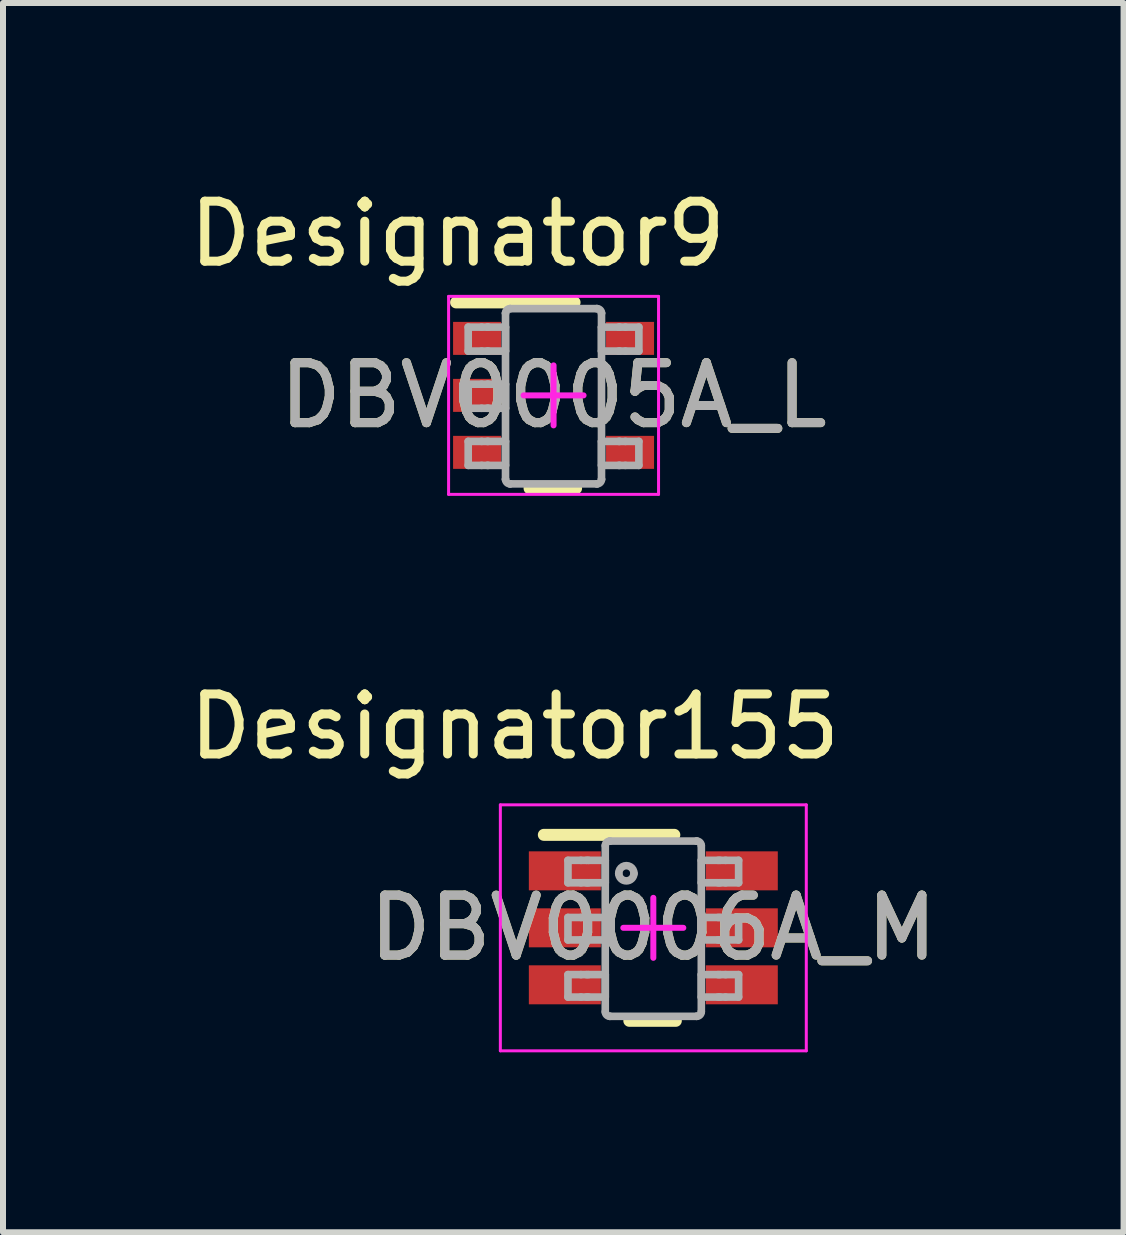
<source format=kicad_pcb>
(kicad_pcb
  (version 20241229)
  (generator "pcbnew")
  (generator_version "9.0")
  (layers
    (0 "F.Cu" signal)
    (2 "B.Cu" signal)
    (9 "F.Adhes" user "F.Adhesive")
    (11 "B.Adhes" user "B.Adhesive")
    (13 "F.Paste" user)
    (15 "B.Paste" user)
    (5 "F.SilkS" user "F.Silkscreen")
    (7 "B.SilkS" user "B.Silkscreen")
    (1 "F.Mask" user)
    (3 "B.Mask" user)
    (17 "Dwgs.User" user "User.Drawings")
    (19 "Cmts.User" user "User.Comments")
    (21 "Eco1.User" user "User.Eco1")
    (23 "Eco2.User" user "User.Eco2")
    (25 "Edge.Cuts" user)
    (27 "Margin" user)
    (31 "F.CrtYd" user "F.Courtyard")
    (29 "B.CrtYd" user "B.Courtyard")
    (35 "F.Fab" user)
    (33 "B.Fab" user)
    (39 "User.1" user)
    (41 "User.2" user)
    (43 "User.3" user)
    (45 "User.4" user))
  (footprint "DBV0006A_M"
    (layer "F.Cu")
    (at 7.841 12.417)
    (property "Reference" "DBV0006A_M" (at 0 0 0) (unlocked yes) (layer "F.SilkS") (effects (font (size 1 1) (thickness 0.15))))
    (attr smd)
    (fp_line (start -1.825 -1.55) (end 0.35 -1.55) (stroke (width 0.2) (type solid)) (layer "F.SilkS"))
    (fp_line (start -0.4 1.55) (end 0.375 1.55) (stroke (width 0.2) (type solid)) (layer "F.SilkS"))
    (fp_line (start -2.55 -2.05) (end 2.55 -2.05) (stroke (width 0.05) (type solid)) (layer "F.CrtYd"))
    (fp_line (start -2.55 2.05) (end -2.55 -2.05) (stroke (width 0.05) (type solid)) (layer "F.CrtYd"))
    (fp_line (start -2.55 2.05) (end 2.55 2.05) (stroke (width 0.05) (type solid)) (layer "F.CrtYd"))
    (fp_line (start -0.5 0) (end 0.5 0) (stroke (width 0.1) (type solid)) (layer "F.CrtYd"))
    (fp_line (start 0 0.5) (end 0 -0.5) (stroke (width 0.1) (type solid)) (layer "F.CrtYd"))
    (fp_line (start 2.55 2.05) (end 2.55 -2.05) (stroke (width 0.05) (type solid)) (layer "F.CrtYd"))
    (fp_line (start -1.423 -1.125) (end -1.206 -1.125) (stroke (width 0.127) (type solid)) (layer "F.Fab"))
    (fp_line (start -1.423 -0.751) (end -1.423 -1.125) (stroke (width 0.127) (type solid)) (layer "F.Fab"))
    (fp_line (start -1.423 -0.751) (end -1.206 -0.751) (stroke (width 0.127) (type solid)) (layer "F.Fab"))
    (fp_line (start -1.423 -0.173) (end -1.206 -0.173) (stroke (width 0.127) (type solid)) (layer "F.Fab"))
    (fp_line (start -1.423 0.202) (end -1.423 -0.173) (stroke (width 0.127) (type solid)) (layer "F.Fab"))
    (fp_line (start -1.423 0.202) (end -1.206 0.202) (stroke (width 0.127) (type solid)) (layer "F.Fab"))
    (fp_line (start -1.423 0.78) (end -1.206 0.78) (stroke (width 0.127) (type solid)) (layer "F.Fab"))
    (fp_line (start -1.423 1.154) (end -1.423 0.78) (stroke (width 0.127) (type solid)) (layer "F.Fab"))
    (fp_line (start -1.423 1.154) (end -1.206 1.154) (stroke (width 0.127) (type solid)) (layer "F.Fab"))
    (fp_line (start -1.206 -1.125) (end -1.113 -1.125) (stroke (width 0.127) (type solid)) (layer "F.Fab"))
    (fp_line (start -1.206 -0.751) (end -1.113 -0.751) (stroke (width 0.127) (type solid)) (layer "F.Fab"))
    (fp_line (start -1.206 -0.173) (end -1.113 -0.173) (stroke (width 0.127) (type solid)) (layer "F.Fab"))
    (fp_line (start -1.206 0.202) (end -1.113 0.202) (stroke (width 0.127) (type solid)) (layer "F.Fab"))
    (fp_line (start -1.206 0.78) (end -1.113 0.78) (stroke (width 0.127) (type solid)) (layer "F.Fab"))
    (fp_line (start -1.206 1.154) (end -1.113 1.154) (stroke (width 0.127) (type solid)) (layer "F.Fab"))
    (fp_line (start -1.113 -1.125) (end -1.081 -1.125) (stroke (width 0.127) (type solid)) (layer "F.Fab"))
    (fp_line (start -1.113 -0.751) (end -1.081 -0.751) (stroke (width 0.127) (type solid)) (layer "F.Fab"))
    (fp_line (start -1.113 -0.173) (end -1.081 -0.173) (stroke (width 0.127) (type solid)) (layer "F.Fab"))
    (fp_line (start -1.113 0.202) (end -1.081 0.202) (stroke (width 0.127) (type solid)) (layer "F.Fab"))
    (fp_line (start -1.113 0.78) (end -1.081 0.78) (stroke (width 0.127) (type solid)) (layer "F.Fab"))
    (fp_line (start -1.113 1.154) (end -1.081 1.154) (stroke (width 0.127) (type solid)) (layer "F.Fab"))
    (fp_line (start -1.081 -1.125) (end -0.828 -1.125) (stroke (width 0.127) (type solid)) (layer "F.Fab"))
    (fp_line (start -1.081 -0.751) (end -0.828 -0.751) (stroke (width 0.127) (type solid)) (layer "F.Fab"))
    (fp_line (start -1.081 -0.173) (end -0.828 -0.173) (stroke (width 0.127) (type solid)) (layer "F.Fab"))
    (fp_line (start -1.081 0.202) (end -0.828 0.202) (stroke (width 0.127) (type solid)) (layer "F.Fab"))
    (fp_line (start -1.081 0.78) (end -0.828 0.78) (stroke (width 0.127) (type solid)) (layer "F.Fab"))
    (fp_line (start -1.081 1.154) (end -0.828 1.154) (stroke (width 0.127) (type solid)) (layer "F.Fab"))
    (fp_line (start -0.828 -1.125) (end -0.801 -1.125) (stroke (width 0.127) (type solid)) (layer "F.Fab"))
    (fp_line (start -0.828 -0.751) (end -0.801 -0.751) (stroke (width 0.127) (type solid)) (layer "F.Fab"))
    (fp_line (start -0.828 -0.173) (end -0.801 -0.173) (stroke (width 0.127) (type solid)) (layer "F.Fab"))
    (fp_line (start -0.828 0.202) (end -0.801 0.202) (stroke (width 0.127) (type solid)) (layer "F.Fab"))
    (fp_line (start -0.828 0.78) (end -0.801 0.78) (stroke (width 0.127) (type solid)) (layer "F.Fab"))
    (fp_line (start -0.828 1.154) (end -0.801 1.154) (stroke (width 0.127) (type solid)) (layer "F.Fab"))
    (fp_line (start -0.801 -0.751) (end -0.801 -1.125) (stroke (width 0.127) (type solid)) (layer "F.Fab"))
    (fp_line (start -0.801 0.202) (end -0.801 -0.173) (stroke (width 0.127) (type solid)) (layer "F.Fab"))
    (fp_line (start -0.801 1.154) (end -0.801 0.78) (stroke (width 0.127) (type solid)) (layer "F.Fab"))
    (fp_line (start -0.801 1.399) (end -0.801 -1.37) (stroke (width 0.127) (type solid)) (layer "F.Fab"))
    (fp_line (start -0.725 -1.446) (end -0.724 -1.446) (stroke (width 0.127) (type solid)) (layer "F.Fab"))
    (fp_line (start -0.725 1.475) (end -0.724 1.475) (stroke (width 0.127) (type solid)) (layer "F.Fab"))
    (fp_line (start -0.724 -1.446) (end 0.723 -1.446) (stroke (width 0.127) (type solid)) (layer "F.Fab"))
    (fp_line (start -0.724 1.475) (end 0.723 1.475) (stroke (width 0.127) (type solid)) (layer "F.Fab"))
    (fp_line (start 0.723 -1.446) (end 0.724 -1.446) (stroke (width 0.127) (type solid)) (layer "F.Fab"))
    (fp_line (start 0.723 1.475) (end 0.724 1.475) (stroke (width 0.127) (type solid)) (layer "F.Fab"))
    (fp_line (start 0.8 -1.125) (end 0.827 -1.125) (stroke (width 0.127) (type solid)) (layer "F.Fab"))
    (fp_line (start 0.8 -0.751) (end 0.8 -1.125) (stroke (width 0.127) (type solid)) (layer "F.Fab"))
    (fp_line (start 0.8 -0.751) (end 0.827 -0.751) (stroke (width 0.127) (type solid)) (layer "F.Fab"))
    (fp_line (start 0.8 -0.173) (end 0.827 -0.173) (stroke (width 0.127) (type solid)) (layer "F.Fab"))
    (fp_line (start 0.8 0.202) (end 0.8 -0.173) (stroke (width 0.127) (type solid)) (layer "F.Fab"))
    (fp_line (start 0.8 0.202) (end 0.827 0.202) (stroke (width 0.127) (type solid)) (layer "F.Fab"))
    (fp_line (start 0.8 0.78) (end 0.827 0.78) (stroke (width 0.127) (type solid)) (layer "F.Fab"))
    (fp_line (start 0.8 1.154) (end 0.8 0.78) (stroke (width 0.127) (type solid)) (layer "F.Fab"))
    (fp_line (start 0.8 1.154) (end 0.827 1.154) (stroke (width 0.127) (type solid)) (layer "F.Fab"))
    (fp_line (start 0.8 1.399) (end 0.8 -1.37) (stroke (width 0.127) (type solid)) (layer "F.Fab"))
    (fp_line (start 0.827 -1.125) (end 1.08 -1.125) (stroke (width 0.127) (type solid)) (layer "F.Fab"))
    (fp_line (start 0.827 -0.751) (end 1.08 -0.751) (stroke (width 0.127) (type solid)) (layer "F.Fab"))
    (fp_line (start 0.827 -0.173) (end 1.08 -0.173) (stroke (width 0.127) (type solid)) (layer "F.Fab"))
    (fp_line (start 0.827 0.202) (end 1.08 0.202) (stroke (width 0.127) (type solid)) (layer "F.Fab"))
    (fp_line (start 0.827 0.78) (end 1.08 0.78) (stroke (width 0.127) (type solid)) (layer "F.Fab"))
    (fp_line (start 0.827 1.154) (end 1.08 1.154) (stroke (width 0.127) (type solid)) (layer "F.Fab"))
    (fp_line (start 1.08 -1.125) (end 1.112 -1.125) (stroke (width 0.127) (type solid)) (layer "F.Fab"))
    (fp_line (start 1.08 -0.751) (end 1.112 -0.751) (stroke (width 0.127) (type solid)) (layer "F.Fab"))
    (fp_line (start 1.08 -0.173) (end 1.112 -0.173) (stroke (width 0.127) (type solid)) (layer "F.Fab"))
    (fp_line (start 1.08 0.202) (end 1.112 0.202) (stroke (width 0.127) (type solid)) (layer "F.Fab"))
    (fp_line (start 1.08 0.78) (end 1.112 0.78) (stroke (width 0.127) (type solid)) (layer "F.Fab"))
    (fp_line (start 1.08 1.154) (end 1.112 1.154) (stroke (width 0.127) (type solid)) (layer "F.Fab"))
    (fp_line (start 1.112 -1.125) (end 1.205 -1.125) (stroke (width 0.127) (type solid)) (layer "F.Fab"))
    (fp_line (start 1.112 -0.751) (end 1.205 -0.751) (stroke (width 0.127) (type solid)) (layer "F.Fab"))
    (fp_line (start 1.112 -0.173) (end 1.205 -0.173) (stroke (width 0.127) (type solid)) (layer "F.Fab"))
    (fp_line (start 1.112 0.202) (end 1.205 0.202) (stroke (width 0.127) (type solid)) (layer "F.Fab"))
    (fp_line (start 1.112 0.78) (end 1.205 0.78) (stroke (width 0.127) (type solid)) (layer "F.Fab"))
    (fp_line (start 1.112 1.154) (end 1.205 1.154) (stroke (width 0.127) (type solid)) (layer "F.Fab"))
    (fp_line (start 1.205 -1.125) (end 1.422 -1.125) (stroke (width 0.127) (type solid)) (layer "F.Fab"))
    (fp_line (start 1.205 -0.751) (end 1.422 -0.751) (stroke (width 0.127) (type solid)) (layer "F.Fab"))
    (fp_line (start 1.205 -0.173) (end 1.422 -0.173) (stroke (width 0.127) (type solid)) (layer "F.Fab"))
    (fp_line (start 1.205 0.202) (end 1.422 0.202) (stroke (width 0.127) (type solid)) (layer "F.Fab"))
    (fp_line (start 1.205 0.78) (end 1.422 0.78) (stroke (width 0.127) (type solid)) (layer "F.Fab"))
    (fp_line (start 1.205 1.154) (end 1.422 1.154) (stroke (width 0.127) (type solid)) (layer "F.Fab"))
    (fp_line (start 1.422 -0.751) (end 1.422 -1.125) (stroke (width 0.127) (type solid)) (layer "F.Fab"))
    (fp_line (start 1.422 0.202) (end 1.422 -0.173) (stroke (width 0.127) (type solid)) (layer "F.Fab"))
    (fp_line (start 1.422 1.154) (end 1.422 0.78) (stroke (width 0.127) (type solid)) (layer "F.Fab"))
    (fp_arc (start -0.800692 -1.369901) (mid -0.778512 -1.423533) (end -0.724999 -1.446) (stroke (width 0.127) (type solid)) (layer "F.Fab"))
    (fp_arc (start -0.724999 1.475002) (mid -0.778507 1.452548) (end -0.800692 1.398928) (stroke (width 0.127) (type solid)) (layer "F.Fab"))
    (fp_arc (start -0.576537 -0.906071) (mid -0.449562 -1.033046) (end -0.322588 -0.906071) (stroke (width 0.127) (type solid)) (layer "F.Fab"))
    (fp_arc (start -0.322588 -0.906071) (mid -0.449562 -0.779097) (end -0.576537 -0.906071) (stroke (width 0.127) (type solid)) (layer "F.Fab"))
    (fp_arc (start 0.723841 -1.446) (mid 0.777341 -1.423528) (end 0.799508 -1.369901) (stroke (width 0.127) (type solid)) (layer "F.Fab"))
    (fp_arc (start 0.799508 1.398928) (mid 0.777336 1.452543) (end 0.723841 1.475002) (stroke (width 0.127) (type solid)) (layer "F.Fab"))
    (fp_text user "Designator155" (at -2.311 -3.353 0) (unlocked yes) (layer "F.SilkS") (effects (font (size 1 1) (thickness 0.15))))
    (fp_text user "${REFERENCE}" (at 0 0 0) (unlocked yes) (layer "F.Fab") (effects (font (size 1 1) (thickness 0.15))))
    (pad "1" smd rect (at -1.475 -0.95 90) (size 0.65 1.2) (layers "F.Cu" "F.Mask" "F.Paste"))
    (pad "2" smd rect (at -1.475 0 90) (size 0.65 1.2) (layers "F.Cu" "F.Mask" "F.Paste"))
    (pad "3" smd rect (at -1.475 0.95 90) (size 0.65 1.2) (layers "F.Cu" "F.Mask" "F.Paste"))
    (pad "4" smd rect (at 1.475 0.95 90) (size 0.65 1.2) (layers "F.Cu" "F.Mask" "F.Paste"))
    (pad "5" smd rect (at 1.475 0 90) (size 0.65 1.2) (layers "F.Cu" "F.Mask" "F.Paste"))
    (pad "6" smd rect (at 1.475 -0.95 90) (size 0.65 1.2) (layers "F.Cu" "F.Mask" "F.Paste")))
  (footprint "DBV0005A_L"
    (layer "F.Cu")
    (at 6.178 3.541)
    (property "Reference" "DBV0005A_L" (at 0 0 0) (unlocked yes) (layer "F.SilkS") (effects (font (size 1 1) (thickness 0.15))))
    (attr smd)
    (fp_line (start -1.625 -1.55) (end 0.35 -1.55) (stroke (width 0.2) (type solid)) (layer "F.SilkS"))
    (fp_line (start -0.4 1.55) (end 0.375 1.55) (stroke (width 0.2) (type solid)) (layer "F.SilkS"))
    (fp_line (start -1.75 -1.65) (end 1.75 -1.65) (stroke (width 0.05) (type solid)) (layer "F.CrtYd"))
    (fp_line (start -1.75 1.65) (end -1.75 -1.65) (stroke (width 0.05) (type solid)) (layer "F.CrtYd"))
    (fp_line (start -1.75 1.65) (end 1.75 1.65) (stroke (width 0.05) (type solid)) (layer "F.CrtYd"))
    (fp_line (start -0.5 0) (end 0.5 0) (stroke (width 0.1) (type solid)) (layer "F.CrtYd"))
    (fp_line (start 0 0.5) (end 0 -0.5) (stroke (width 0.1) (type solid)) (layer "F.CrtYd"))
    (fp_line (start 1.75 1.65) (end 1.75 -1.65) (stroke (width 0.05) (type solid)) (layer "F.CrtYd"))
    (fp_line (start -1.423 -1.138) (end -1.199 -1.138) (stroke (width 0.127) (type solid)) (layer "F.Fab"))
    (fp_line (start -1.423 -0.738) (end -1.423 -1.138) (stroke (width 0.127) (type solid)) (layer "F.Fab"))
    (fp_line (start -1.423 -0.738) (end -1.199 -0.738) (stroke (width 0.127) (type solid)) (layer "F.Fab"))
    (fp_line (start -1.423 -0.186) (end -1.199 -0.186) (stroke (width 0.127) (type solid)) (layer "F.Fab"))
    (fp_line (start -1.423 0.215) (end -1.423 -0.186) (stroke (width 0.127) (type solid)) (layer "F.Fab"))
    (fp_line (start -1.423 0.215) (end -1.199 0.215) (stroke (width 0.127) (type solid)) (layer "F.Fab"))
    (fp_line (start -1.423 0.767) (end -1.199 0.767) (stroke (width 0.127) (type solid)) (layer "F.Fab"))
    (fp_line (start -1.423 1.167) (end -1.423 0.767) (stroke (width 0.127) (type solid)) (layer "F.Fab"))
    (fp_line (start -1.423 1.167) (end -1.199 1.167) (stroke (width 0.127) (type solid)) (layer "F.Fab"))
    (fp_line (start -1.199 -1.138) (end -1.105 -1.138) (stroke (width 0.127) (type solid)) (layer "F.Fab"))
    (fp_line (start -1.199 -0.738) (end -1.105 -0.738) (stroke (width 0.127) (type solid)) (layer "F.Fab"))
    (fp_line (start -1.199 -0.186) (end -1.105 -0.186) (stroke (width 0.127) (type solid)) (layer "F.Fab"))
    (fp_line (start -1.199 0.215) (end -1.105 0.215) (stroke (width 0.127) (type solid)) (layer "F.Fab"))
    (fp_line (start -1.199 0.767) (end -1.105 0.767) (stroke (width 0.127) (type solid)) (layer "F.Fab"))
    (fp_line (start -1.199 1.167) (end -1.105 1.167) (stroke (width 0.127) (type solid)) (layer "F.Fab"))
    (fp_line (start -1.105 -1.138) (end -1.088 -1.138) (stroke (width 0.127) (type solid)) (layer "F.Fab"))
    (fp_line (start -1.105 -0.738) (end -1.088 -0.738) (stroke (width 0.127) (type solid)) (layer "F.Fab"))
    (fp_line (start -1.105 -0.186) (end -1.088 -0.186) (stroke (width 0.127) (type solid)) (layer "F.Fab"))
    (fp_line (start -1.105 0.215) (end -1.088 0.215) (stroke (width 0.127) (type solid)) (layer "F.Fab"))
    (fp_line (start -1.105 0.767) (end -1.088 0.767) (stroke (width 0.127) (type solid)) (layer "F.Fab"))
    (fp_line (start -1.105 1.167) (end -1.088 1.167) (stroke (width 0.127) (type solid)) (layer "F.Fab"))
    (fp_line (start -1.088 -1.138) (end -0.835 -1.138) (stroke (width 0.127) (type solid)) (layer "F.Fab"))
    (fp_line (start -1.088 -0.738) (end -0.835 -0.738) (stroke (width 0.127) (type solid)) (layer "F.Fab"))
    (fp_line (start -1.088 -0.186) (end -0.835 -0.186) (stroke (width 0.127) (type solid)) (layer "F.Fab"))
    (fp_line (start -1.088 0.215) (end -0.835 0.215) (stroke (width 0.127) (type solid)) (layer "F.Fab"))
    (fp_line (start -1.088 0.767) (end -0.835 0.767) (stroke (width 0.127) (type solid)) (layer "F.Fab"))
    (fp_line (start -1.088 1.167) (end -0.835 1.167) (stroke (width 0.127) (type solid)) (layer "F.Fab"))
    (fp_line (start -0.835 -1.138) (end -0.801 -1.138) (stroke (width 0.127) (type solid)) (layer "F.Fab"))
    (fp_line (start -0.835 -0.738) (end -0.801 -0.738) (stroke (width 0.127) (type solid)) (layer "F.Fab"))
    (fp_line (start -0.835 -0.186) (end -0.801 -0.186) (stroke (width 0.127) (type solid)) (layer "F.Fab"))
    (fp_line (start -0.835 0.215) (end -0.801 0.215) (stroke (width 0.127) (type solid)) (layer "F.Fab"))
    (fp_line (start -0.835 0.767) (end -0.801 0.767) (stroke (width 0.127) (type solid)) (layer "F.Fab"))
    (fp_line (start -0.835 1.167) (end -0.801 1.167) (stroke (width 0.127) (type solid)) (layer "F.Fab"))
    (fp_line (start -0.801 -1.37) (end -0.801 -1.371) (stroke (width 0.127) (type solid)) (layer "F.Fab"))
    (fp_line (start -0.801 -0.738) (end -0.801 -1.138) (stroke (width 0.127) (type solid)) (layer "F.Fab"))
    (fp_line (start -0.801 0.215) (end -0.801 -0.186) (stroke (width 0.127) (type solid)) (layer "F.Fab"))
    (fp_line (start -0.801 1.167) (end -0.801 0.767) (stroke (width 0.127) (type solid)) (layer "F.Fab"))
    (fp_line (start -0.801 1.399) (end -0.801 -1.37) (stroke (width 0.127) (type solid)) (layer "F.Fab"))
    (fp_line (start -0.801 1.4) (end -0.801 1.399) (stroke (width 0.127) (type solid)) (layer "F.Fab"))
    (fp_line (start -0.725 -1.446) (end -0.725 -1.446) (stroke (width 0.127) (type solid)) (layer "F.Fab"))
    (fp_line (start -0.725 1.475) (end -0.725 1.475) (stroke (width 0.127) (type solid)) (layer "F.Fab"))
    (fp_line (start -0.725 -1.446) (end 0.723 -1.446) (stroke (width 0.127) (type solid)) (layer "F.Fab"))
    (fp_line (start -0.725 1.475) (end 0.723 1.475) (stroke (width 0.127) (type solid)) (layer "F.Fab"))
    (fp_line (start 0.723 -1.446) (end 0.724 -1.446) (stroke (width 0.127) (type solid)) (layer "F.Fab"))
    (fp_line (start 0.723 1.475) (end 0.724 1.475) (stroke (width 0.127) (type solid)) (layer "F.Fab"))
    (fp_line (start 0.799 -1.37) (end 0.799 -1.371) (stroke (width 0.127) (type solid)) (layer "F.Fab"))
    (fp_line (start 0.799 -1.138) (end 0.834 -1.138) (stroke (width 0.127) (type solid)) (layer "F.Fab"))
    (fp_line (start 0.799 -0.738) (end 0.799 -1.138) (stroke (width 0.127) (type solid)) (layer "F.Fab"))
    (fp_line (start 0.799 -0.738) (end 0.834 -0.738) (stroke (width 0.127) (type solid)) (layer "F.Fab"))
    (fp_line (start 0.799 0.767) (end 0.834 0.767) (stroke (width 0.127) (type solid)) (layer "F.Fab"))
    (fp_line (start 0.799 1.167) (end 0.799 0.767) (stroke (width 0.127) (type solid)) (layer "F.Fab"))
    (fp_line (start 0.799 1.167) (end 0.834 1.167) (stroke (width 0.127) (type solid)) (layer "F.Fab"))
    (fp_line (start 0.799 1.399) (end 0.799 -1.37) (stroke (width 0.127) (type solid)) (layer "F.Fab"))
    (fp_line (start 0.799 1.4) (end 0.799 1.399) (stroke (width 0.127) (type solid)) (layer "F.Fab"))
    (fp_line (start 0.834 -1.138) (end 1.087 -1.138) (stroke (width 0.127) (type solid)) (layer "F.Fab"))
    (fp_line (start 0.834 -0.738) (end 1.087 -0.738) (stroke (width 0.127) (type solid)) (layer "F.Fab"))
    (fp_line (start 0.834 0.767) (end 1.087 0.767) (stroke (width 0.127) (type solid)) (layer "F.Fab"))
    (fp_line (start 0.834 1.167) (end 1.087 1.167) (stroke (width 0.127) (type solid)) (layer "F.Fab"))
    (fp_line (start 1.087 -1.138) (end 1.103 -1.138) (stroke (width 0.127) (type solid)) (layer "F.Fab"))
    (fp_line (start 1.087 -0.738) (end 1.103 -0.738) (stroke (width 0.127) (type solid)) (layer "F.Fab"))
    (fp_line (start 1.087 0.767) (end 1.103 0.767) (stroke (width 0.127) (type solid)) (layer "F.Fab"))
    (fp_line (start 1.087 1.167) (end 1.103 1.167) (stroke (width 0.127) (type solid)) (layer "F.Fab"))
    (fp_line (start 1.103 -1.138) (end 1.198 -1.138) (stroke (width 0.127) (type solid)) (layer "F.Fab"))
    (fp_line (start 1.103 -0.738) (end 1.198 -0.738) (stroke (width 0.127) (type solid)) (layer "F.Fab"))
    (fp_line (start 1.103 0.767) (end 1.198 0.767) (stroke (width 0.127) (type solid)) (layer "F.Fab"))
    (fp_line (start 1.103 1.167) (end 1.198 1.167) (stroke (width 0.127) (type solid)) (layer "F.Fab"))
    (fp_line (start 1.198 -1.138) (end 1.422 -1.138) (stroke (width 0.127) (type solid)) (layer "F.Fab"))
    (fp_line (start 1.198 -0.738) (end 1.422 -0.738) (stroke (width 0.127) (type solid)) (layer "F.Fab"))
    (fp_line (start 1.198 0.767) (end 1.422 0.767) (stroke (width 0.127) (type solid)) (layer "F.Fab"))
    (fp_line (start 1.198 1.167) (end 1.422 1.167) (stroke (width 0.127) (type solid)) (layer "F.Fab"))
    (fp_line (start 1.422 -0.738) (end 1.422 -1.138) (stroke (width 0.127) (type solid)) (layer "F.Fab"))
    (fp_line (start 1.422 1.167) (end 1.422 0.767) (stroke (width 0.127) (type solid)) (layer "F.Fab"))
    (fp_arc (start -0.80074 -1.37084) (mid -0.778218 -1.423887) (end -0.724999 -1.445998) (stroke (width 0.127) (type solid)) (layer "F.Fab"))
    (fp_arc (start -0.724999 1.475) (mid -0.778213 1.452901) (end -0.80074 1.399867) (stroke (width 0.127) (type solid)) (layer "F.Fab"))
    (fp_arc (start 0.723714 -1.445998) (mid 0.776933 -1.423887) (end 0.799455 -1.37084) (stroke (width 0.127) (type solid)) (layer "F.Fab"))
    (fp_arc (start 0.799455 1.399868) (mid 0.776927 1.452901) (end 0.723713 1.475) (stroke (width 0.127) (type solid)) (layer "F.Fab"))
    (fp_text user "Designator9" (at -1.6 -2.692 0) (unlocked yes) (layer "F.SilkS") (effects (font (size 1 1) (thickness 0.15))))
    (fp_text user "${REFERENCE}" (at 0 0 0) (unlocked yes) (layer "F.Fab") (effects (font (size 1 1) (thickness 0.15))))
    (pad "1" smd rect (at -1.275 -0.95 90) (size 0.55 0.8) (layers "F.Cu" "F.Mask" "F.Paste"))
    (pad "2" smd rect (at -1.275 0 90) (size 0.55 0.8) (layers "F.Cu" "F.Mask" "F.Paste"))
    (pad "3" smd rect (at -1.275 0.95 90) (size 0.55 0.8) (layers "F.Cu" "F.Mask" "F.Paste"))
    (pad "4" smd rect (at 1.275 0.95 90) (size 0.55 0.8) (layers "F.Cu" "F.Mask" "F.Paste"))
    (pad "5" smd rect (at 1.275 -0.95 90) (size 0.55 0.8) (layers "F.Cu" "F.Mask" "F.Paste")))
  (gr_rect
    (start -3 -3)
    (end 15.68 17.492)
    (stroke (width 0.1) (type default))
    (fill no)
    (layer "Edge.Cuts")))
</source>
